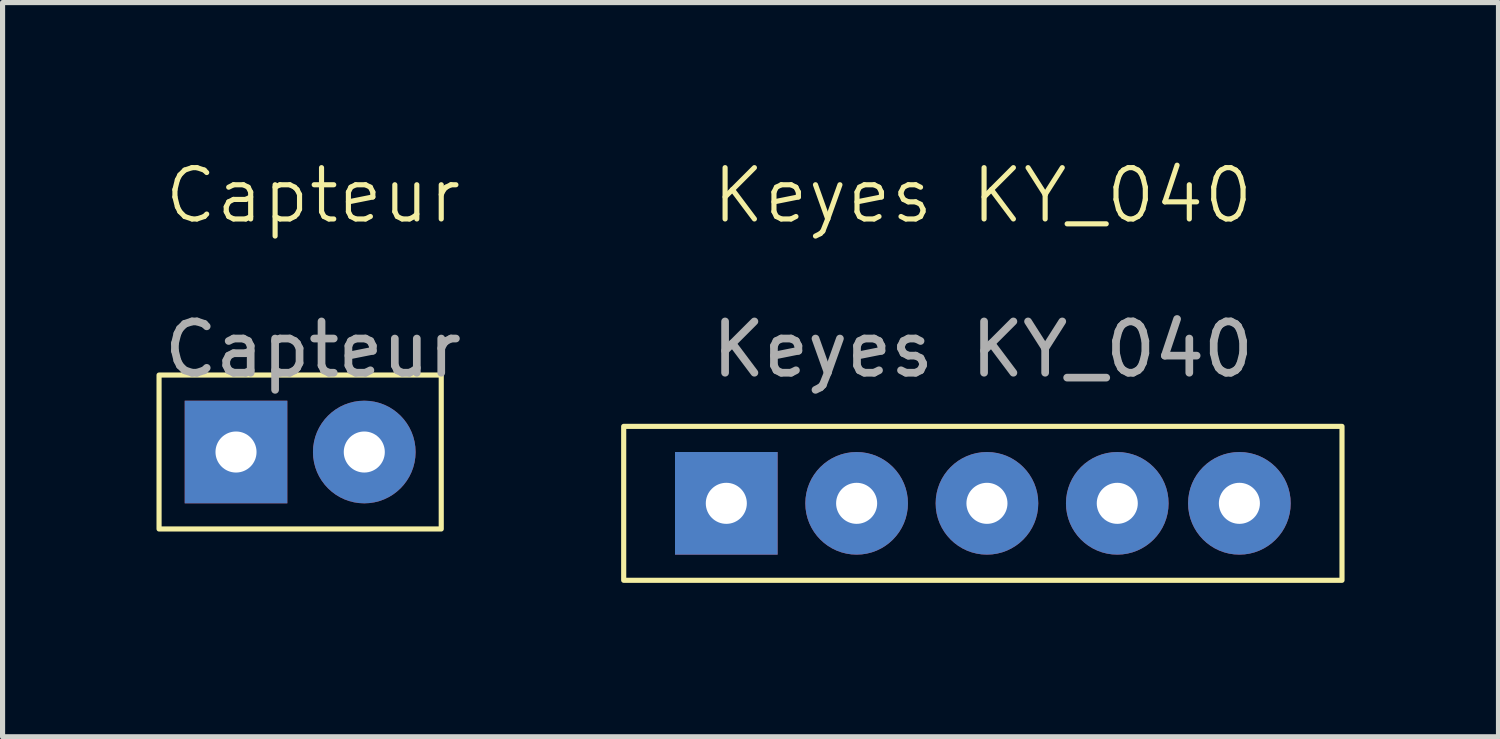
<source format=kicad_pcb>
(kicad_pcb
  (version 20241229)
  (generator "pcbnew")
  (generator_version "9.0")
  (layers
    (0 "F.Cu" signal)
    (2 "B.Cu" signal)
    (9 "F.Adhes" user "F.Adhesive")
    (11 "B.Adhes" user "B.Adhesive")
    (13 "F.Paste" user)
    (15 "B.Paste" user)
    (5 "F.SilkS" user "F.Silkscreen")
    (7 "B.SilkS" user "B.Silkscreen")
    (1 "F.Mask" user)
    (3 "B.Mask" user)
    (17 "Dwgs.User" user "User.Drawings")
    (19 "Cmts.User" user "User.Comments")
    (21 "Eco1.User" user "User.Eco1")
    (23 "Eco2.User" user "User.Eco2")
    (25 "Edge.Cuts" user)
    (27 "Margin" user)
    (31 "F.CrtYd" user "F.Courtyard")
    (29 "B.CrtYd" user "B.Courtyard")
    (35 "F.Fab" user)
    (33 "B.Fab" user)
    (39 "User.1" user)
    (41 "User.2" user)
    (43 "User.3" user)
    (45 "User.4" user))
  (footprint "Capteur"
    (layer "F.Cu")
    (at 3.05 1.26)
    (property "Reference" "Capteur" (at 0 -0.5 0) (unlocked yes) (layer "F.SilkS") (effects (font (size 1 1) (thickness 0.1))))
    (attr smd)
    (fp_rect (start -3 3) (end 2.5 6) (stroke (width 0.1) (type default)) (fill no) (layer "F.SilkS"))
    (fp_text user "Capteur" (at 0 2.5 0) (unlocked yes) (layer "F.Fab") (effects (font (size 1 1) (thickness 0.15))))
    (pad "1" thru_hole rect (at -1.5 4.5) (size 2 2) (drill 0.8) (layers "*.Cu" "*.Mask"))
    (pad "2" thru_hole circle (at 1 4.5) (size 2 2) (drill 0.8) (layers "*.Cu" "*.Mask")))
  (footprint "Keyes KY_040"
    (layer "F.Cu")
    (at 16.106 1.26)
    (property "Reference" "Keyes KY_040" (at 0 -0.5 0) (unlocked yes) (layer "F.SilkS") (effects (font (size 1 1) (thickness 0.1))))
    (attr smd)
    (fp_rect (start -7 4) (end 7 7) (stroke (width 0.1) (type default)) (fill no) (layer "F.SilkS"))
    (fp_text user "Keyes KY_040" (at 0 2.5 0) (unlocked yes) (layer "F.Fab") (effects (font (size 1 1) (thickness 0.15))))
    (pad "1" thru_hole rect (at -5 5.5 90) (size 2 2) (drill 0.8) (layers "*.Cu" "*.Mask"))
    (pad "2" thru_hole circle (at -2.46 5.5 90) (size 2 2) (drill 0.8) (layers "*.Cu" "*.Mask"))
    (pad "3" thru_hole circle (at 0.08 5.5 90) (size 2 2) (drill 0.8) (layers "*.Cu" "*.Mask"))
    (pad "4" thru_hole circle (at 2.62 5.5 90) (size 2 2) (drill 0.8) (layers "*.Cu" "*.Mask"))
    (pad "5" thru_hole circle (at 5 5.5 90) (size 2 2) (drill 0.8) (layers "*.Cu" "*.Mask")))
  (gr_rect
    (start -3 -3)
    (end 26.156 11.31)
    (stroke (width 0.1) (type default))
    (fill no)
    (layer "Edge.Cuts")))
</source>
